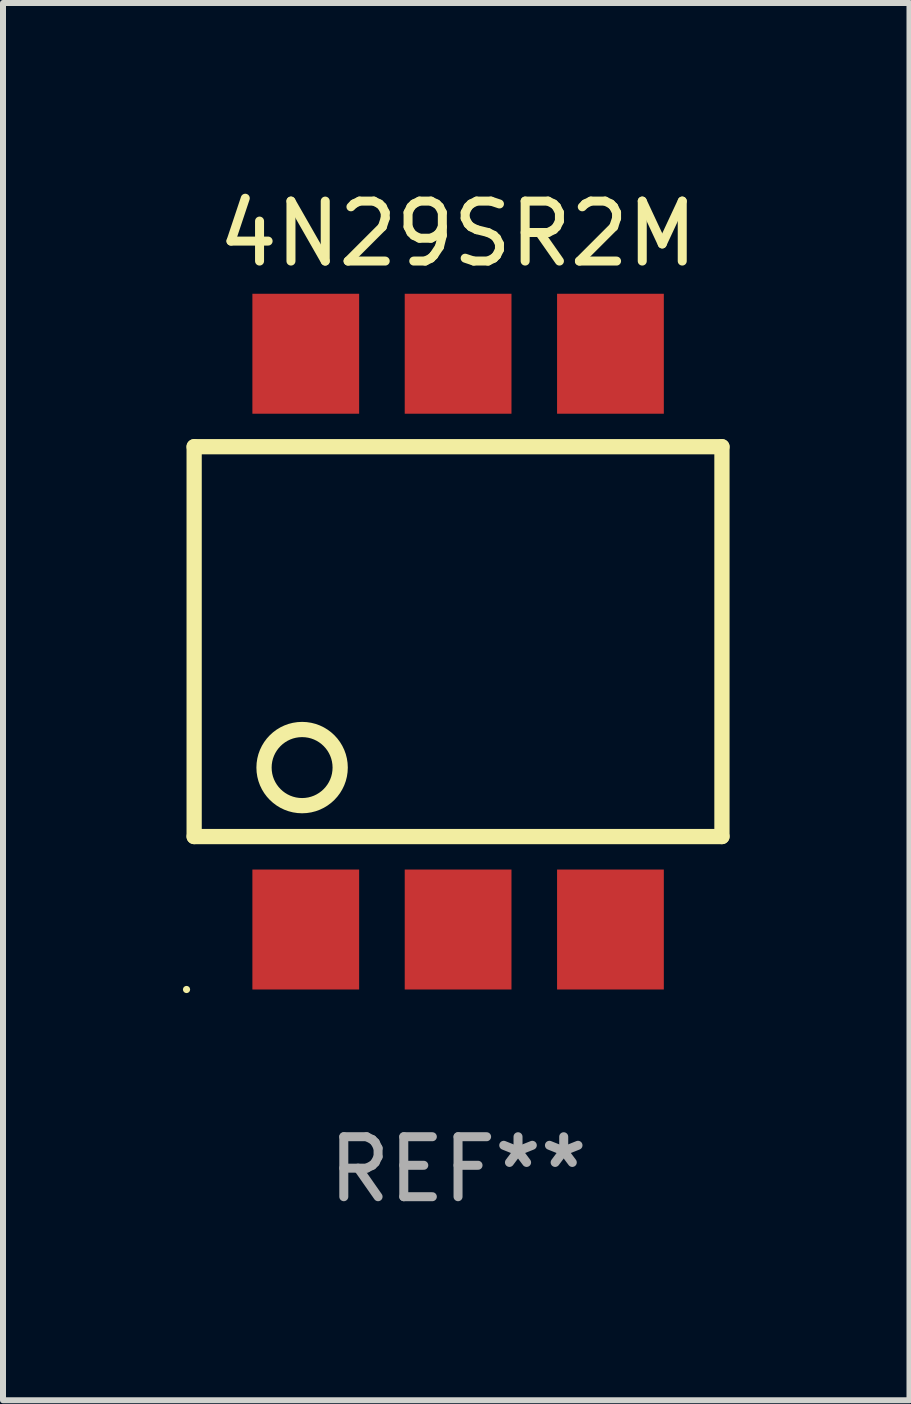
<source format=kicad_pcb>
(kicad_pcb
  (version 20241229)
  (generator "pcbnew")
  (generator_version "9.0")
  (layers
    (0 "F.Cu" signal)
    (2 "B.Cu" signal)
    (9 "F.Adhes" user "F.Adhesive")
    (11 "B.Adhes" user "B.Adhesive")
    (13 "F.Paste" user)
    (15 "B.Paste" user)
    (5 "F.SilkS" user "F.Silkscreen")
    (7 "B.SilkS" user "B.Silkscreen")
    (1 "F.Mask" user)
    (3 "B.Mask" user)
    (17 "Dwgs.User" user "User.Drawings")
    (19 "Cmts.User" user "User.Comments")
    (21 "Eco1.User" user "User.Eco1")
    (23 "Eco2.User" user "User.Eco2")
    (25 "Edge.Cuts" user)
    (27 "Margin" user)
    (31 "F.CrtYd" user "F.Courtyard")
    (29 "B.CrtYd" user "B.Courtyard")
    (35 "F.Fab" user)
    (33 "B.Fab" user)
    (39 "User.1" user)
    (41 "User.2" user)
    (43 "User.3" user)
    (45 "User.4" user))
  (footprint "4N29SR2M"
    (layer "F.Cu")
    (at 4.587 7.648)
    (property "Reference" "4N29SR2M" (at 0 -6.8 0) (layer "F.SilkS") (effects (font (size 1 1) (thickness 0.15))))
    (attr through_hole)
    (fp_line (start -4.4 -3.25) (end -4.4 3.25) (stroke (width 0.254) (type solid)) (layer "F.SilkS"))
    (fp_line (start -4.4 -3.25) (end 4.4 -3.25) (stroke (width 0.254) (type solid)) (layer "F.SilkS"))
    (fp_line (start 4.4 3.25) (end -4.4 3.25) (stroke (width 0.254) (type solid)) (layer "F.SilkS"))
    (fp_line (start 4.4 3.25) (end 4.4 -3.25) (stroke (width 0.254) (type solid)) (layer "F.SilkS"))
    (fp_circle (center -4.527 5.8) (end -4.497 5.8) (stroke (width 0.06) (type solid)) (fill no) (layer "F.SilkS"))
    (fp_circle (center -2.6 2.1) (end -1.965 2.1) (stroke (width 0.254) (type solid)) (fill no) (layer "F.SilkS"))
    (fp_text user "REF**" (at 0 8.8 0) (layer "F.Fab") (effects (font (size 1 1) (thickness 0.15))))
    (pad "1" smd rect (at -2.539 4.8) (size 1.78 2) (layers "F.Cu" "F.Mask" "F.Paste"))
    (pad "2" smd rect (at 0.001 4.8) (size 1.78 2) (layers "F.Cu" "F.Mask" "F.Paste"))
    (pad "3" smd rect (at 2.541 4.8) (size 1.78 2) (layers "F.Cu" "F.Mask" "F.Paste"))
    (pad "4" smd rect (at 2.541 -4.8) (size 1.78 2) (layers "F.Cu" "F.Mask" "F.Paste"))
    (pad "5" smd rect (at 0.001 -4.8) (size 1.78 2) (layers "F.Cu" "F.Mask" "F.Paste"))
    (pad "6" smd rect (at -2.539 -4.8) (size 1.78 2) (layers "F.Cu" "F.Mask" "F.Paste")))
  (gr_rect
    (start -3 -3)
    (end 12.114 20.297)
    (stroke (width 0.1) (type default))
    (fill no)
    (layer "Edge.Cuts")))
</source>
